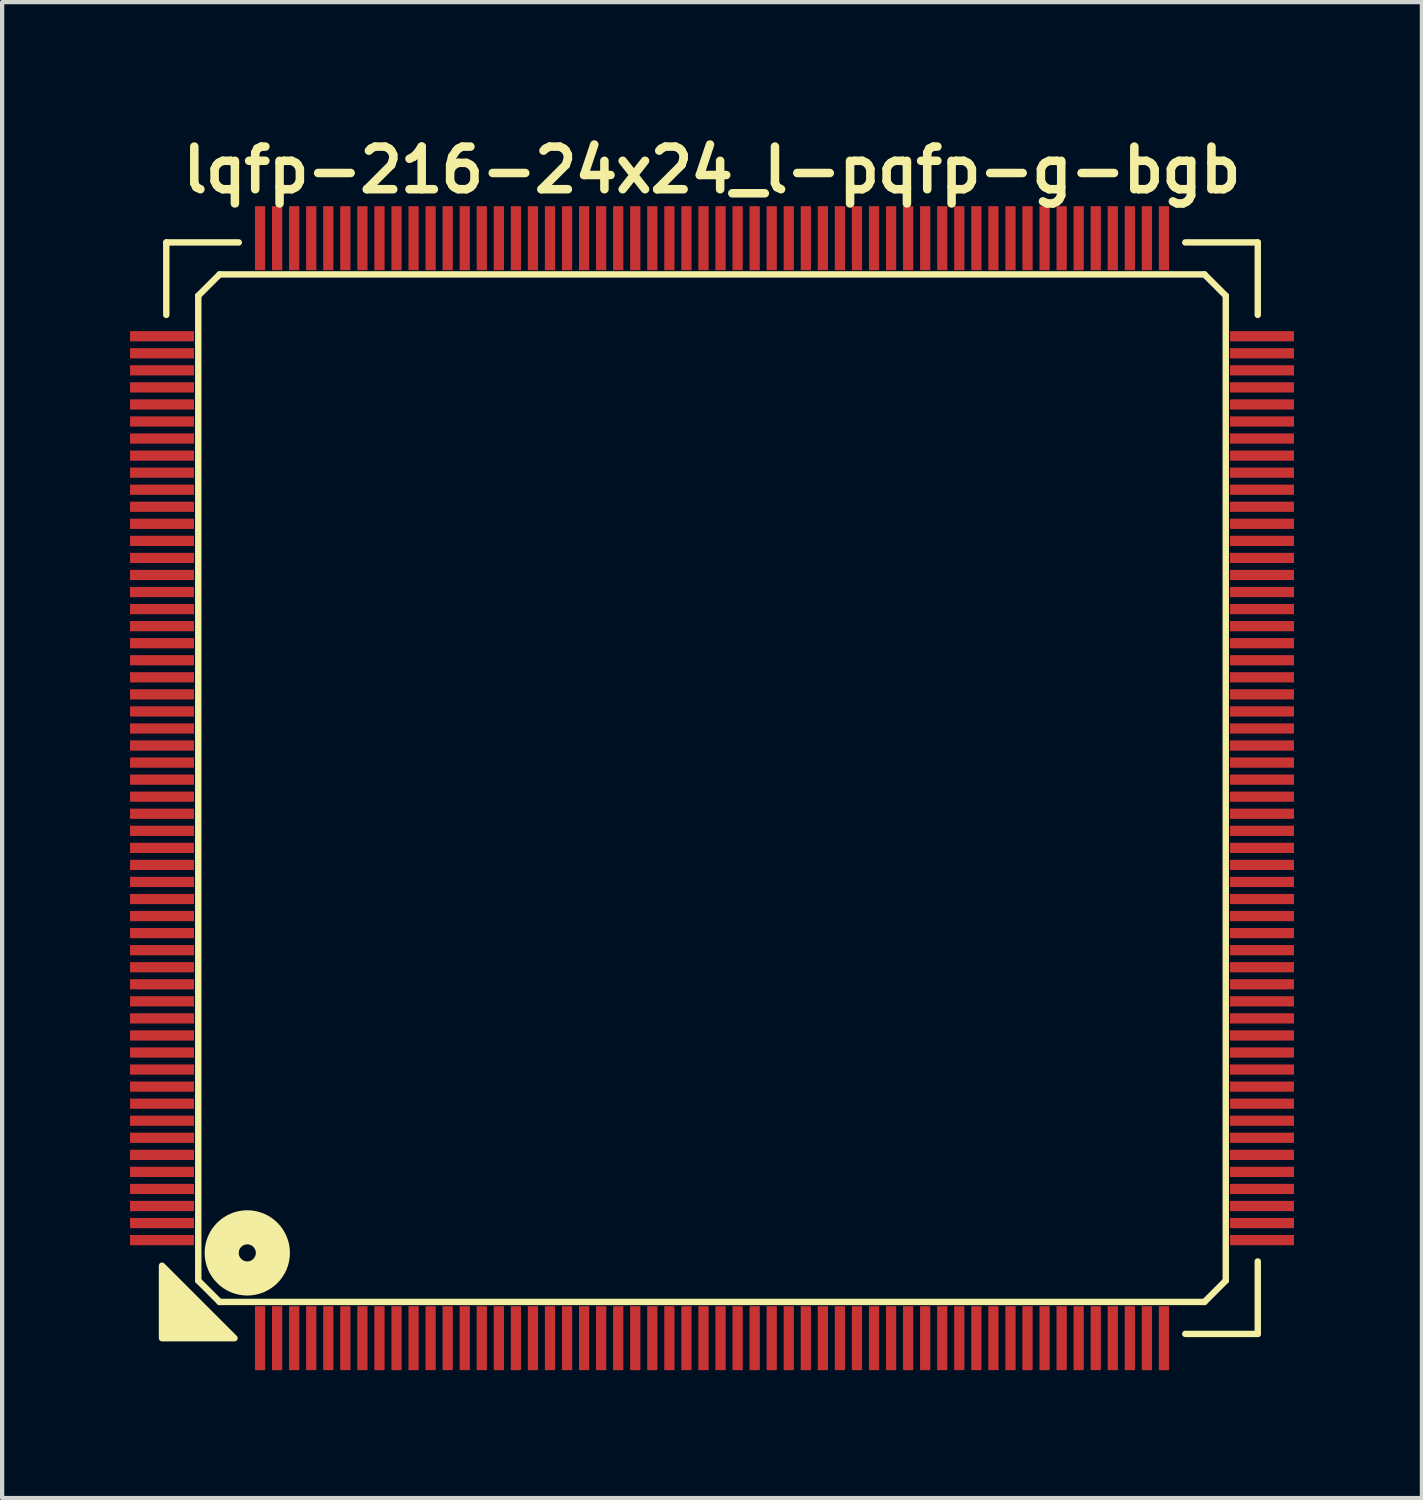
<source format=kicad_pcb>
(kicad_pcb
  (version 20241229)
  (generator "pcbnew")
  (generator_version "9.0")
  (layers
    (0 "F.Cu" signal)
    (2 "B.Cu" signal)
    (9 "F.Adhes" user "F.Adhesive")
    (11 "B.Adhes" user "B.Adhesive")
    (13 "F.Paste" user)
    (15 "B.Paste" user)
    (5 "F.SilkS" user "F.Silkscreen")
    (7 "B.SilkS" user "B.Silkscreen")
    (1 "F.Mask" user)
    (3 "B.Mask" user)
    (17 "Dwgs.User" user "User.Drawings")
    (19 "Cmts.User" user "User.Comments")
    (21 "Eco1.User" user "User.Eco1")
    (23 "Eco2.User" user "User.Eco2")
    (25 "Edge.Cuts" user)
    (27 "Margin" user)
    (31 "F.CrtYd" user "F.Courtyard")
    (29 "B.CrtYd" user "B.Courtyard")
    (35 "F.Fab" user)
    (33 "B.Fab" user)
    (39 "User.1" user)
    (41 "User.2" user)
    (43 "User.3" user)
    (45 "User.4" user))
  (footprint "lqfp-216-24x24_l-pqfp-g-bgb"
    (layer "F.Cu")
    (at 13.65 15.436)
    (property "Reference" "lqfp-216-24x24_l-pqfp-g-bgb" (at 0 -14.5 0) (layer "F.SilkS") (effects (font (size 1 1) (thickness 0.2))))
    (attr smd)
    (fp_line (start -12.8 -12.8) (end -11.1 -12.8) (stroke (width 0.15) (type solid)) (layer "F.SilkS"))
    (fp_line (start -12.8 -11.1) (end -12.8 -12.8) (stroke (width 0.15) (type solid)) (layer "F.SilkS"))
    (fp_line (start -12.05 -11.55) (end -11.55 -12.05) (stroke (width 0.15) (type solid)) (layer "F.SilkS"))
    (fp_line (start -12.05 11.55) (end -12.05 -11.55) (stroke (width 0.15) (type solid)) (layer "F.SilkS"))
    (fp_line (start -11.55 -12.05) (end 11.55 -12.05) (stroke (width 0.15) (type solid)) (layer "F.SilkS"))
    (fp_line (start -11.55 12.05) (end -12.05 11.55) (stroke (width 0.15) (type solid)) (layer "F.SilkS"))
    (fp_line (start 11.1 -12.8) (end 12.8 -12.8) (stroke (width 0.15) (type solid)) (layer "F.SilkS"))
    (fp_line (start 11.55 -12.05) (end 12.05 -11.55) (stroke (width 0.15) (type solid)) (layer "F.SilkS"))
    (fp_line (start 11.55 12.05) (end -11.55 12.05) (stroke (width 0.15) (type solid)) (layer "F.SilkS"))
    (fp_line (start 12.05 -11.55) (end 12.05 11.55) (stroke (width 0.15) (type solid)) (layer "F.SilkS"))
    (fp_line (start 12.05 11.55) (end 11.55 12.05) (stroke (width 0.15) (type solid)) (layer "F.SilkS"))
    (fp_line (start 12.8 -12.8) (end 12.8 -11.1) (stroke (width 0.15) (type solid)) (layer "F.SilkS"))
    (fp_line (start 12.8 11.1) (end 12.8 12.8) (stroke (width 0.15) (type solid)) (layer "F.SilkS"))
    (fp_line (start 12.8 12.8) (end 11.1 12.8) (stroke (width 0.15) (type solid)) (layer "F.SilkS"))
    (fp_circle (center -10.9 10.9) (end -10.7 10.9) (stroke (width 0.8) (type solid)) (fill no) (layer "F.SilkS"))
    (fp_poly (pts (xy -11.2 12.9) (xy -12.9 12.9) (xy -12.9 11.2)) (stroke (width 0.15) (type solid)) (fill yes) (layer "F.SilkS"))
    (pad "1" smd rect (at -10.6 12.9) (size 0.24 1.5) (layers "F.Cu" "F.Mask" "F.Paste"))
    (pad "2" smd rect (at -10.2 12.9) (size 0.24 1.5) (layers "F.Cu" "F.Mask" "F.Paste"))
    (pad "3" smd rect (at -9.8 12.9) (size 0.24 1.5) (layers "F.Cu" "F.Mask" "F.Paste"))
    (pad "4" smd rect (at -9.4 12.9) (size 0.24 1.5) (layers "F.Cu" "F.Mask" "F.Paste"))
    (pad "5" smd rect (at -9 12.9) (size 0.24 1.5) (layers "F.Cu" "F.Mask" "F.Paste"))
    (pad "6" smd rect (at -8.6 12.9) (size 0.24 1.5) (layers "F.Cu" "F.Mask" "F.Paste"))
    (pad "7" smd rect (at -8.2 12.9) (size 0.24 1.5) (layers "F.Cu" "F.Mask" "F.Paste"))
    (pad "8" smd rect (at -7.8 12.9) (size 0.24 1.5) (layers "F.Cu" "F.Mask" "F.Paste"))
    (pad "9" smd rect (at -7.4 12.9) (size 0.24 1.5) (layers "F.Cu" "F.Mask" "F.Paste"))
    (pad "10" smd rect (at -7 12.9) (size 0.24 1.5) (layers "F.Cu" "F.Mask" "F.Paste"))
    (pad "11" smd rect (at -6.6 12.9) (size 0.24 1.5) (layers "F.Cu" "F.Mask" "F.Paste"))
    (pad "12" smd rect (at -6.2 12.9) (size 0.24 1.5) (layers "F.Cu" "F.Mask" "F.Paste"))
    (pad "13" smd rect (at -5.8 12.9) (size 0.24 1.5) (layers "F.Cu" "F.Mask" "F.Paste"))
    (pad "14" smd rect (at -5.4 12.9) (size 0.24 1.5) (layers "F.Cu" "F.Mask" "F.Paste"))
    (pad "15" smd rect (at -5 12.9) (size 0.24 1.5) (layers "F.Cu" "F.Mask" "F.Paste"))
    (pad "16" smd rect (at -4.6 12.9) (size 0.24 1.5) (layers "F.Cu" "F.Mask" "F.Paste"))
    (pad "17" smd rect (at -4.2 12.9) (size 0.24 1.5) (layers "F.Cu" "F.Mask" "F.Paste"))
    (pad "18" smd rect (at -3.8 12.9) (size 0.24 1.5) (layers "F.Cu" "F.Mask" "F.Paste"))
    (pad "19" smd rect (at -3.4 12.9) (size 0.24 1.5) (layers "F.Cu" "F.Mask" "F.Paste"))
    (pad "20" smd rect (at -3 12.9) (size 0.24 1.5) (layers "F.Cu" "F.Mask" "F.Paste"))
    (pad "21" smd rect (at -2.6 12.9) (size 0.24 1.5) (layers "F.Cu" "F.Mask" "F.Paste"))
    (pad "22" smd rect (at -2.2 12.9) (size 0.24 1.5) (layers "F.Cu" "F.Mask" "F.Paste"))
    (pad "23" smd rect (at -1.8 12.9) (size 0.24 1.5) (layers "F.Cu" "F.Mask" "F.Paste"))
    (pad "24" smd rect (at -1.4 12.9) (size 0.24 1.5) (layers "F.Cu" "F.Mask" "F.Paste"))
    (pad "25" smd rect (at -1 12.9) (size 0.24 1.5) (layers "F.Cu" "F.Mask" "F.Paste"))
    (pad "26" smd rect (at -0.6 12.9) (size 0.24 1.5) (layers "F.Cu" "F.Mask" "F.Paste"))
    (pad "27" smd rect (at -0.2 12.9) (size 0.24 1.5) (layers "F.Cu" "F.Mask" "F.Paste"))
    (pad "28" smd rect (at 0.2 12.9) (size 0.24 1.5) (layers "F.Cu" "F.Mask" "F.Paste"))
    (pad "29" smd rect (at 0.6 12.9) (size 0.24 1.5) (layers "F.Cu" "F.Mask" "F.Paste"))
    (pad "30" smd rect (at 1 12.9) (size 0.24 1.5) (layers "F.Cu" "F.Mask" "F.Paste"))
    (pad "31" smd rect (at 1.4 12.9) (size 0.24 1.5) (layers "F.Cu" "F.Mask" "F.Paste"))
    (pad "32" smd rect (at 1.8 12.9) (size 0.24 1.5) (layers "F.Cu" "F.Mask" "F.Paste"))
    (pad "33" smd rect (at 2.2 12.9) (size 0.24 1.5) (layers "F.Cu" "F.Mask" "F.Paste"))
    (pad "34" smd rect (at 2.6 12.9) (size 0.24 1.5) (layers "F.Cu" "F.Mask" "F.Paste"))
    (pad "35" smd rect (at 3 12.9) (size 0.24 1.5) (layers "F.Cu" "F.Mask" "F.Paste"))
    (pad "36" smd rect (at 3.4 12.9) (size 0.24 1.5) (layers "F.Cu" "F.Mask" "F.Paste"))
    (pad "37" smd rect (at 3.8 12.9) (size 0.24 1.5) (layers "F.Cu" "F.Mask" "F.Paste"))
    (pad "38" smd rect (at 4.2 12.9) (size 0.24 1.5) (layers "F.Cu" "F.Mask" "F.Paste"))
    (pad "39" smd rect (at 4.6 12.9) (size 0.24 1.5) (layers "F.Cu" "F.Mask" "F.Paste"))
    (pad "40" smd rect (at 5 12.9) (size 0.24 1.5) (layers "F.Cu" "F.Mask" "F.Paste"))
    (pad "41" smd rect (at 5.4 12.9) (size 0.24 1.5) (layers "F.Cu" "F.Mask" "F.Paste"))
    (pad "42" smd rect (at 5.8 12.9) (size 0.24 1.5) (layers "F.Cu" "F.Mask" "F.Paste"))
    (pad "43" smd rect (at 6.2 12.9) (size 0.24 1.5) (layers "F.Cu" "F.Mask" "F.Paste"))
    (pad "44" smd rect (at 6.6 12.9) (size 0.24 1.5) (layers "F.Cu" "F.Mask" "F.Paste"))
    (pad "45" smd rect (at 7 12.9) (size 0.24 1.5) (layers "F.Cu" "F.Mask" "F.Paste"))
    (pad "46" smd rect (at 7.4 12.9) (size 0.24 1.5) (layers "F.Cu" "F.Mask" "F.Paste"))
    (pad "47" smd rect (at 7.8 12.9) (size 0.24 1.5) (layers "F.Cu" "F.Mask" "F.Paste"))
    (pad "48" smd rect (at 8.2 12.9) (size 0.24 1.5) (layers "F.Cu" "F.Mask" "F.Paste"))
    (pad "49" smd rect (at 8.6 12.9) (size 0.24 1.5) (layers "F.Cu" "F.Mask" "F.Paste"))
    (pad "50" smd rect (at 9 12.9) (size 0.24 1.5) (layers "F.Cu" "F.Mask" "F.Paste"))
    (pad "51" smd rect (at 9.4 12.9) (size 0.24 1.5) (layers "F.Cu" "F.Mask" "F.Paste"))
    (pad "52" smd rect (at 9.8 12.9) (size 0.24 1.5) (layers "F.Cu" "F.Mask" "F.Paste"))
    (pad "53" smd rect (at 10.2 12.9) (size 0.24 1.5) (layers "F.Cu" "F.Mask" "F.Paste"))
    (pad "54" smd rect (at 10.6 12.9) (size 0.24 1.5) (layers "F.Cu" "F.Mask" "F.Paste"))
    (pad "55" smd rect (at 12.9 10.6) (size 1.5 0.24) (layers "F.Cu" "F.Mask" "F.Paste"))
    (pad "56" smd rect (at 12.9 10.2) (size 1.5 0.24) (layers "F.Cu" "F.Mask" "F.Paste"))
    (pad "57" smd rect (at 12.9 9.8) (size 1.5 0.24) (layers "F.Cu" "F.Mask" "F.Paste"))
    (pad "58" smd rect (at 12.9 9.4) (size 1.5 0.24) (layers "F.Cu" "F.Mask" "F.Paste"))
    (pad "59" smd rect (at 12.9 9) (size 1.5 0.24) (layers "F.Cu" "F.Mask" "F.Paste"))
    (pad "60" smd rect (at 12.9 8.6) (size 1.5 0.24) (layers "F.Cu" "F.Mask" "F.Paste"))
    (pad "61" smd rect (at 12.9 8.2) (size 1.5 0.24) (layers "F.Cu" "F.Mask" "F.Paste"))
    (pad "62" smd rect (at 12.9 7.8) (size 1.5 0.24) (layers "F.Cu" "F.Mask" "F.Paste"))
    (pad "63" smd rect (at 12.9 7.4) (size 1.5 0.24) (layers "F.Cu" "F.Mask" "F.Paste"))
    (pad "64" smd rect (at 12.9 7) (size 1.5 0.24) (layers "F.Cu" "F.Mask" "F.Paste"))
    (pad "65" smd rect (at 12.9 6.6) (size 1.5 0.24) (layers "F.Cu" "F.Mask" "F.Paste"))
    (pad "66" smd rect (at 12.9 6.2) (size 1.5 0.24) (layers "F.Cu" "F.Mask" "F.Paste"))
    (pad "67" smd rect (at 12.9 5.8) (size 1.5 0.24) (layers "F.Cu" "F.Mask" "F.Paste"))
    (pad "68" smd rect (at 12.9 5.4) (size 1.5 0.24) (layers "F.Cu" "F.Mask" "F.Paste"))
    (pad "69" smd rect (at 12.9 5) (size 1.5 0.24) (layers "F.Cu" "F.Mask" "F.Paste"))
    (pad "70" smd rect (at 12.9 4.6) (size 1.5 0.24) (layers "F.Cu" "F.Mask" "F.Paste"))
    (pad "71" smd rect (at 12.9 4.2) (size 1.5 0.24) (layers "F.Cu" "F.Mask" "F.Paste"))
    (pad "72" smd rect (at 12.9 3.8) (size 1.5 0.24) (layers "F.Cu" "F.Mask" "F.Paste"))
    (pad "73" smd rect (at 12.9 3.4) (size 1.5 0.24) (layers "F.Cu" "F.Mask" "F.Paste"))
    (pad "74" smd rect (at 12.9 3) (size 1.5 0.24) (layers "F.Cu" "F.Mask" "F.Paste"))
    (pad "75" smd rect (at 12.9 2.6) (size 1.5 0.24) (layers "F.Cu" "F.Mask" "F.Paste"))
    (pad "76" smd rect (at 12.9 2.2) (size 1.5 0.24) (layers "F.Cu" "F.Mask" "F.Paste"))
    (pad "77" smd rect (at 12.9 1.8) (size 1.5 0.24) (layers "F.Cu" "F.Mask" "F.Paste"))
    (pad "78" smd rect (at 12.9 1.4) (size 1.5 0.24) (layers "F.Cu" "F.Mask" "F.Paste"))
    (pad "79" smd rect (at 12.9 1) (size 1.5 0.24) (layers "F.Cu" "F.Mask" "F.Paste"))
    (pad "80" smd rect (at 12.9 0.6) (size 1.5 0.24) (layers "F.Cu" "F.Mask" "F.Paste"))
    (pad "81" smd rect (at 12.9 0.2) (size 1.5 0.24) (layers "F.Cu" "F.Mask" "F.Paste"))
    (pad "82" smd rect (at 12.9 -0.2) (size 1.5 0.24) (layers "F.Cu" "F.Mask" "F.Paste"))
    (pad "83" smd rect (at 12.9 -0.6) (size 1.5 0.24) (layers "F.Cu" "F.Mask" "F.Paste"))
    (pad "84" smd rect (at 12.9 -1) (size 1.5 0.24) (layers "F.Cu" "F.Mask" "F.Paste"))
    (pad "85" smd rect (at 12.9 -1.4) (size 1.5 0.24) (layers "F.Cu" "F.Mask" "F.Paste"))
    (pad "86" smd rect (at 12.9 -1.8) (size 1.5 0.24) (layers "F.Cu" "F.Mask" "F.Paste"))
    (pad "87" smd rect (at 12.9 -2.2) (size 1.5 0.24) (layers "F.Cu" "F.Mask" "F.Paste"))
    (pad "88" smd rect (at 12.9 -2.6) (size 1.5 0.24) (layers "F.Cu" "F.Mask" "F.Paste"))
    (pad "89" smd rect (at 12.9 -3) (size 1.5 0.24) (layers "F.Cu" "F.Mask" "F.Paste"))
    (pad "90" smd rect (at 12.9 -3.4) (size 1.5 0.24) (layers "F.Cu" "F.Mask" "F.Paste"))
    (pad "91" smd rect (at 12.9 -3.8) (size 1.5 0.24) (layers "F.Cu" "F.Mask" "F.Paste"))
    (pad "92" smd rect (at 12.9 -4.2) (size 1.5 0.24) (layers "F.Cu" "F.Mask" "F.Paste"))
    (pad "93" smd rect (at 12.9 -4.6) (size 1.5 0.24) (layers "F.Cu" "F.Mask" "F.Paste"))
    (pad "94" smd rect (at 12.9 -5) (size 1.5 0.24) (layers "F.Cu" "F.Mask" "F.Paste"))
    (pad "95" smd rect (at 12.9 -5.4) (size 1.5 0.24) (layers "F.Cu" "F.Mask" "F.Paste"))
    (pad "96" smd rect (at 12.9 -5.8) (size 1.5 0.24) (layers "F.Cu" "F.Mask" "F.Paste"))
    (pad "97" smd rect (at 12.9 -6.2) (size 1.5 0.24) (layers "F.Cu" "F.Mask" "F.Paste"))
    (pad "98" smd rect (at 12.9 -6.6) (size 1.5 0.24) (layers "F.Cu" "F.Mask" "F.Paste"))
    (pad "99" smd rect (at 12.9 -7) (size 1.5 0.24) (layers "F.Cu" "F.Mask" "F.Paste"))
    (pad "100" smd rect (at 12.9 -7.4) (size 1.5 0.24) (layers "F.Cu" "F.Mask" "F.Paste"))
    (pad "101" smd rect (at 12.9 -7.8) (size 1.5 0.24) (layers "F.Cu" "F.Mask" "F.Paste"))
    (pad "102" smd rect (at 12.9 -8.2) (size 1.5 0.24) (layers "F.Cu" "F.Mask" "F.Paste"))
    (pad "103" smd rect (at 12.9 -8.6) (size 1.5 0.24) (layers "F.Cu" "F.Mask" "F.Paste"))
    (pad "104" smd rect (at 12.9 -9) (size 1.5 0.24) (layers "F.Cu" "F.Mask" "F.Paste"))
    (pad "105" smd rect (at 12.9 -9.4) (size 1.5 0.24) (layers "F.Cu" "F.Mask" "F.Paste"))
    (pad "106" smd rect (at 12.9 -9.8) (size 1.5 0.24) (layers "F.Cu" "F.Mask" "F.Paste"))
    (pad "107" smd rect (at 12.9 -10.2) (size 1.5 0.24) (layers "F.Cu" "F.Mask" "F.Paste"))
    (pad "108" smd rect (at 12.9 -10.6) (size 1.5 0.24) (layers "F.Cu" "F.Mask" "F.Paste"))
    (pad "109" smd rect (at 10.6 -12.9) (size 0.24 1.5) (layers "F.Cu" "F.Mask" "F.Paste"))
    (pad "110" smd rect (at 10.2 -12.9) (size 0.24 1.5) (layers "F.Cu" "F.Mask" "F.Paste"))
    (pad "111" smd rect (at 9.8 -12.9) (size 0.24 1.5) (layers "F.Cu" "F.Mask" "F.Paste"))
    (pad "112" smd rect (at 9.4 -12.9) (size 0.24 1.5) (layers "F.Cu" "F.Mask" "F.Paste"))
    (pad "113" smd rect (at 9 -12.9) (size 0.24 1.5) (layers "F.Cu" "F.Mask" "F.Paste"))
    (pad "114" smd rect (at 8.6 -12.9) (size 0.24 1.5) (layers "F.Cu" "F.Mask" "F.Paste"))
    (pad "115" smd rect (at 8.2 -12.9) (size 0.24 1.5) (layers "F.Cu" "F.Mask" "F.Paste"))
    (pad "116" smd rect (at 7.8 -12.9) (size 0.24 1.5) (layers "F.Cu" "F.Mask" "F.Paste"))
    (pad "117" smd rect (at 7.4 -12.9) (size 0.24 1.5) (layers "F.Cu" "F.Mask" "F.Paste"))
    (pad "118" smd rect (at 7 -12.9) (size 0.24 1.5) (layers "F.Cu" "F.Mask" "F.Paste"))
    (pad "119" smd rect (at 6.6 -12.9) (size 0.24 1.5) (layers "F.Cu" "F.Mask" "F.Paste"))
    (pad "120" smd rect (at 6.2 -12.9) (size 0.24 1.5) (layers "F.Cu" "F.Mask" "F.Paste"))
    (pad "121" smd rect (at 5.8 -12.9) (size 0.24 1.5) (layers "F.Cu" "F.Mask" "F.Paste"))
    (pad "122" smd rect (at 5.4 -12.9) (size 0.24 1.5) (layers "F.Cu" "F.Mask" "F.Paste"))
    (pad "123" smd rect (at 5 -12.9) (size 0.24 1.5) (layers "F.Cu" "F.Mask" "F.Paste"))
    (pad "124" smd rect (at 4.6 -12.9) (size 0.24 1.5) (layers "F.Cu" "F.Mask" "F.Paste"))
    (pad "125" smd rect (at 4.2 -12.9) (size 0.24 1.5) (layers "F.Cu" "F.Mask" "F.Paste"))
    (pad "126" smd rect (at 3.8 -12.9) (size 0.24 1.5) (layers "F.Cu" "F.Mask" "F.Paste"))
    (pad "127" smd rect (at 3.4 -12.9) (size 0.24 1.5) (layers "F.Cu" "F.Mask" "F.Paste"))
    (pad "128" smd rect (at 3 -12.9) (size 0.24 1.5) (layers "F.Cu" "F.Mask" "F.Paste"))
    (pad "129" smd rect (at 2.6 -12.9) (size 0.24 1.5) (layers "F.Cu" "F.Mask" "F.Paste"))
    (pad "130" smd rect (at 2.2 -12.9) (size 0.24 1.5) (layers "F.Cu" "F.Mask" "F.Paste"))
    (pad "131" smd rect (at 1.8 -12.9) (size 0.24 1.5) (layers "F.Cu" "F.Mask" "F.Paste"))
    (pad "132" smd rect (at 1.4 -12.9) (size 0.24 1.5) (layers "F.Cu" "F.Mask" "F.Paste"))
    (pad "133" smd rect (at 1 -12.9) (size 0.24 1.5) (layers "F.Cu" "F.Mask" "F.Paste"))
    (pad "134" smd rect (at 0.6 -12.9) (size 0.24 1.5) (layers "F.Cu" "F.Mask" "F.Paste"))
    (pad "135" smd rect (at 0.2 -12.9) (size 0.24 1.5) (layers "F.Cu" "F.Mask" "F.Paste"))
    (pad "136" smd rect (at -0.2 -12.9) (size 0.24 1.5) (layers "F.Cu" "F.Mask" "F.Paste"))
    (pad "137" smd rect (at -0.6 -12.9) (size 0.24 1.5) (layers "F.Cu" "F.Mask" "F.Paste"))
    (pad "138" smd rect (at -1 -12.9) (size 0.24 1.5) (layers "F.Cu" "F.Mask" "F.Paste"))
    (pad "139" smd rect (at -1.4 -12.9) (size 0.24 1.5) (layers "F.Cu" "F.Mask" "F.Paste"))
    (pad "140" smd rect (at -1.8 -12.9) (size 0.24 1.5) (layers "F.Cu" "F.Mask" "F.Paste"))
    (pad "141" smd rect (at -2.2 -12.9) (size 0.24 1.5) (layers "F.Cu" "F.Mask" "F.Paste"))
    (pad "142" smd rect (at -2.6 -12.9) (size 0.24 1.5) (layers "F.Cu" "F.Mask" "F.Paste"))
    (pad "143" smd rect (at -3 -12.9) (size 0.24 1.5) (layers "F.Cu" "F.Mask" "F.Paste"))
    (pad "144" smd rect (at -3.4 -12.9) (size 0.24 1.5) (layers "F.Cu" "F.Mask" "F.Paste"))
    (pad "145" smd rect (at -3.8 -12.9) (size 0.24 1.5) (layers "F.Cu" "F.Mask" "F.Paste"))
    (pad "146" smd rect (at -4.2 -12.9) (size 0.24 1.5) (layers "F.Cu" "F.Mask" "F.Paste"))
    (pad "147" smd rect (at -4.6 -12.9) (size 0.24 1.5) (layers "F.Cu" "F.Mask" "F.Paste"))
    (pad "148" smd rect (at -5 -12.9) (size 0.24 1.5) (layers "F.Cu" "F.Mask" "F.Paste"))
    (pad "149" smd rect (at -5.4 -12.9) (size 0.24 1.5) (layers "F.Cu" "F.Mask" "F.Paste"))
    (pad "150" smd rect (at -5.8 -12.9) (size 0.24 1.5) (layers "F.Cu" "F.Mask" "F.Paste"))
    (pad "151" smd rect (at -6.2 -12.9) (size 0.24 1.5) (layers "F.Cu" "F.Mask" "F.Paste"))
    (pad "152" smd rect (at -6.6 -12.9) (size 0.24 1.5) (layers "F.Cu" "F.Mask" "F.Paste"))
    (pad "153" smd rect (at -7 -12.9) (size 0.24 1.5) (layers "F.Cu" "F.Mask" "F.Paste"))
    (pad "154" smd rect (at -7.4 -12.9) (size 0.24 1.5) (layers "F.Cu" "F.Mask" "F.Paste"))
    (pad "155" smd rect (at -7.8 -12.9) (size 0.24 1.5) (layers "F.Cu" "F.Mask" "F.Paste"))
    (pad "156" smd rect (at -8.2 -12.9) (size 0.24 1.5) (layers "F.Cu" "F.Mask" "F.Paste"))
    (pad "157" smd rect (at -8.6 -12.9) (size 0.24 1.5) (layers "F.Cu" "F.Mask" "F.Paste"))
    (pad "158" smd rect (at -9 -12.9) (size 0.24 1.5) (layers "F.Cu" "F.Mask" "F.Paste"))
    (pad "159" smd rect (at -9.4 -12.9) (size 0.24 1.5) (layers "F.Cu" "F.Mask" "F.Paste"))
    (pad "160" smd rect (at -9.8 -12.9) (size 0.24 1.5) (layers "F.Cu" "F.Mask" "F.Paste"))
    (pad "161" smd rect (at -10.2 -12.9) (size 0.24 1.5) (layers "F.Cu" "F.Mask" "F.Paste"))
    (pad "162" smd rect (at -10.6 -12.9) (size 0.24 1.5) (layers "F.Cu" "F.Mask" "F.Paste"))
    (pad "163" smd rect (at -12.9 -10.6) (size 1.5 0.24) (layers "F.Cu" "F.Mask" "F.Paste"))
    (pad "164" smd rect (at -12.9 -10.2) (size 1.5 0.24) (layers "F.Cu" "F.Mask" "F.Paste"))
    (pad "165" smd rect (at -12.9 -9.8) (size 1.5 0.24) (layers "F.Cu" "F.Mask" "F.Paste"))
    (pad "166" smd rect (at -12.9 -9.4) (size 1.5 0.24) (layers "F.Cu" "F.Mask" "F.Paste"))
    (pad "167" smd rect (at -12.9 -9) (size 1.5 0.24) (layers "F.Cu" "F.Mask" "F.Paste"))
    (pad "168" smd rect (at -12.9 -8.6) (size 1.5 0.24) (layers "F.Cu" "F.Mask" "F.Paste"))
    (pad "169" smd rect (at -12.9 -8.2) (size 1.5 0.24) (layers "F.Cu" "F.Mask" "F.Paste"))
    (pad "170" smd rect (at -12.9 -7.8) (size 1.5 0.24) (layers "F.Cu" "F.Mask" "F.Paste"))
    (pad "171" smd rect (at -12.9 -7.4) (size 1.5 0.24) (layers "F.Cu" "F.Mask" "F.Paste"))
    (pad "172" smd rect (at -12.9 -7) (size 1.5 0.24) (layers "F.Cu" "F.Mask" "F.Paste"))
    (pad "173" smd rect (at -12.9 -6.6) (size 1.5 0.24) (layers "F.Cu" "F.Mask" "F.Paste"))
    (pad "174" smd rect (at -12.9 -6.2) (size 1.5 0.24) (layers "F.Cu" "F.Mask" "F.Paste"))
    (pad "175" smd rect (at -12.9 -5.8) (size 1.5 0.24) (layers "F.Cu" "F.Mask" "F.Paste"))
    (pad "176" smd rect (at -12.9 -5.4) (size 1.5 0.24) (layers "F.Cu" "F.Mask" "F.Paste"))
    (pad "177" smd rect (at -12.9 -5) (size 1.5 0.24) (layers "F.Cu" "F.Mask" "F.Paste"))
    (pad "178" smd rect (at -12.9 -4.6) (size 1.5 0.24) (layers "F.Cu" "F.Mask" "F.Paste"))
    (pad "179" smd rect (at -12.9 -4.2) (size 1.5 0.24) (layers "F.Cu" "F.Mask" "F.Paste"))
    (pad "180" smd rect (at -12.9 -3.8) (size 1.5 0.24) (layers "F.Cu" "F.Mask" "F.Paste"))
    (pad "181" smd rect (at -12.9 -3.4) (size 1.5 0.24) (layers "F.Cu" "F.Mask" "F.Paste"))
    (pad "182" smd rect (at -12.9 -3) (size 1.5 0.24) (layers "F.Cu" "F.Mask" "F.Paste"))
    (pad "183" smd rect (at -12.9 -2.6) (size 1.5 0.24) (layers "F.Cu" "F.Mask" "F.Paste"))
    (pad "184" smd rect (at -12.9 -2.2) (size 1.5 0.24) (layers "F.Cu" "F.Mask" "F.Paste"))
    (pad "185" smd rect (at -12.9 -1.8) (size 1.5 0.24) (layers "F.Cu" "F.Mask" "F.Paste"))
    (pad "186" smd rect (at -12.9 -1.4) (size 1.5 0.24) (layers "F.Cu" "F.Mask" "F.Paste"))
    (pad "187" smd rect (at -12.9 -1) (size 1.5 0.24) (layers "F.Cu" "F.Mask" "F.Paste"))
    (pad "188" smd rect (at -12.9 -0.6) (size 1.5 0.24) (layers "F.Cu" "F.Mask" "F.Paste"))
    (pad "189" smd rect (at -12.9 -0.2) (size 1.5 0.24) (layers "F.Cu" "F.Mask" "F.Paste"))
    (pad "190" smd rect (at -12.9 0.2) (size 1.5 0.24) (layers "F.Cu" "F.Mask" "F.Paste"))
    (pad "191" smd rect (at -12.9 0.6) (size 1.5 0.24) (layers "F.Cu" "F.Mask" "F.Paste"))
    (pad "192" smd rect (at -12.9 1) (size 1.5 0.24) (layers "F.Cu" "F.Mask" "F.Paste"))
    (pad "193" smd rect (at -12.9 1.4) (size 1.5 0.24) (layers "F.Cu" "F.Mask" "F.Paste"))
    (pad "194" smd rect (at -12.9 1.8) (size 1.5 0.24) (layers "F.Cu" "F.Mask" "F.Paste"))
    (pad "195" smd rect (at -12.9 2.2) (size 1.5 0.24) (layers "F.Cu" "F.Mask" "F.Paste"))
    (pad "196" smd rect (at -12.9 2.6) (size 1.5 0.24) (layers "F.Cu" "F.Mask" "F.Paste"))
    (pad "197" smd rect (at -12.9 3) (size 1.5 0.24) (layers "F.Cu" "F.Mask" "F.Paste"))
    (pad "198" smd rect (at -12.9 3.4) (size 1.5 0.24) (layers "F.Cu" "F.Mask" "F.Paste"))
    (pad "199" smd rect (at -12.9 3.8) (size 1.5 0.24) (layers "F.Cu" "F.Mask" "F.Paste"))
    (pad "200" smd rect (at -12.9 4.2) (size 1.5 0.24) (layers "F.Cu" "F.Mask" "F.Paste"))
    (pad "201" smd rect (at -12.9 4.6) (size 1.5 0.24) (layers "F.Cu" "F.Mask" "F.Paste"))
    (pad "202" smd rect (at -12.9 5) (size 1.5 0.24) (layers "F.Cu" "F.Mask" "F.Paste"))
    (pad "203" smd rect (at -12.9 5.4) (size 1.5 0.24) (layers "F.Cu" "F.Mask" "F.Paste"))
    (pad "204" smd rect (at -12.9 5.8) (size 1.5 0.24) (layers "F.Cu" "F.Mask" "F.Paste"))
    (pad "205" smd rect (at -12.9 6.2) (size 1.5 0.24) (layers "F.Cu" "F.Mask" "F.Paste"))
    (pad "206" smd rect (at -12.9 6.6) (size 1.5 0.24) (layers "F.Cu" "F.Mask" "F.Paste"))
    (pad "207" smd rect (at -12.9 7) (size 1.5 0.24) (layers "F.Cu" "F.Mask" "F.Paste"))
    (pad "208" smd rect (at -12.9 7.4) (size 1.5 0.24) (layers "F.Cu" "F.Mask" "F.Paste"))
    (pad "209" smd rect (at -12.9 7.8) (size 1.5 0.24) (layers "F.Cu" "F.Mask" "F.Paste"))
    (pad "210" smd rect (at -12.9 8.2) (size 1.5 0.24) (layers "F.Cu" "F.Mask" "F.Paste"))
    (pad "211" smd rect (at -12.9 8.6) (size 1.5 0.24) (layers "F.Cu" "F.Mask" "F.Paste"))
    (pad "212" smd rect (at -12.9 9) (size 1.5 0.24) (layers "F.Cu" "F.Mask" "F.Paste"))
    (pad "213" smd rect (at -12.9 9.4) (size 1.5 0.24) (layers "F.Cu" "F.Mask" "F.Paste"))
    (pad "214" smd rect (at -12.9 9.8) (size 1.5 0.24) (layers "F.Cu" "F.Mask" "F.Paste"))
    (pad "215" smd rect (at -12.9 10.2) (size 1.5 0.24) (layers "F.Cu" "F.Mask" "F.Paste"))
    (pad "216" smd rect (at -12.9 10.6) (size 1.5 0.24) (layers "F.Cu" "F.Mask" "F.Paste")))
  (gr_rect
    (start -3 -3)
    (end 30.3 32.086)
    (stroke (width 0.1) (type default))
    (fill no)
    (layer "Edge.Cuts")))
</source>
